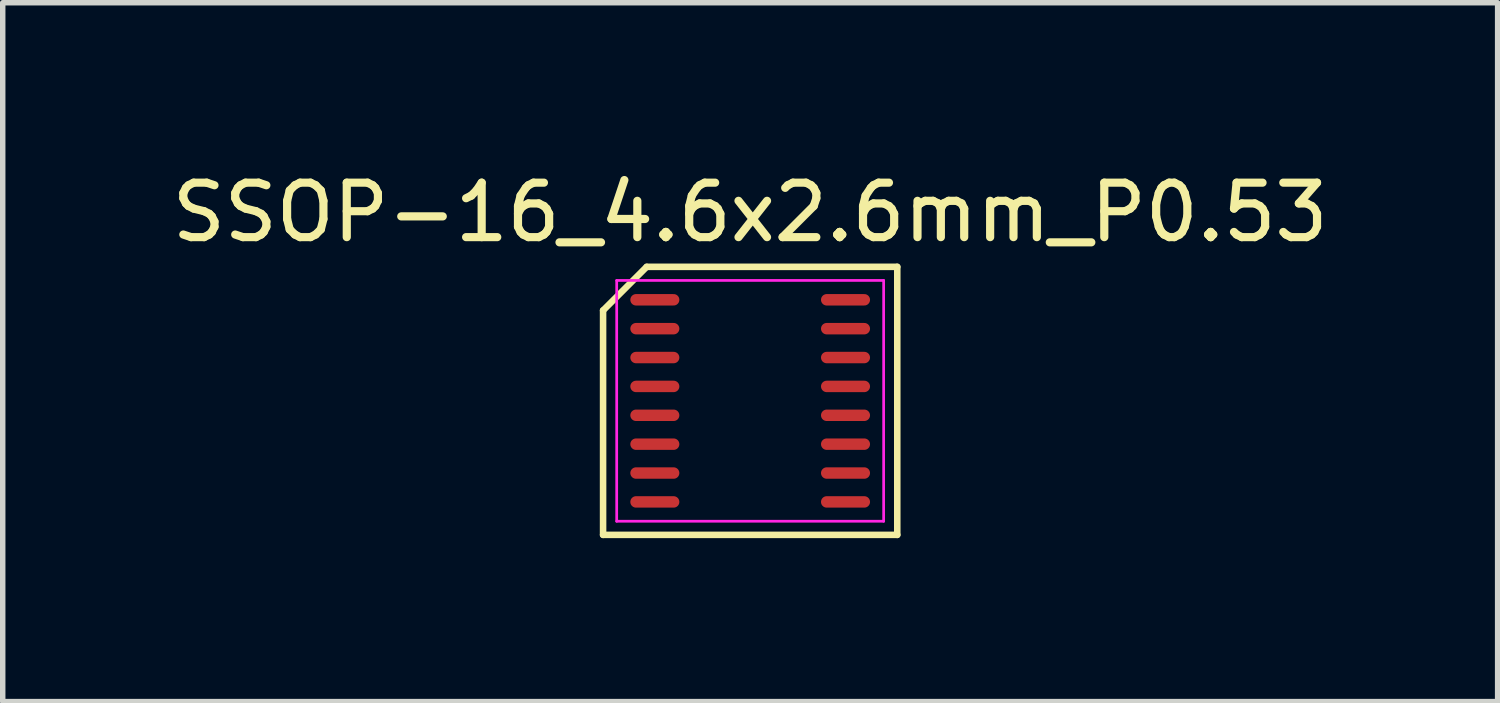
<source format=kicad_pcb>
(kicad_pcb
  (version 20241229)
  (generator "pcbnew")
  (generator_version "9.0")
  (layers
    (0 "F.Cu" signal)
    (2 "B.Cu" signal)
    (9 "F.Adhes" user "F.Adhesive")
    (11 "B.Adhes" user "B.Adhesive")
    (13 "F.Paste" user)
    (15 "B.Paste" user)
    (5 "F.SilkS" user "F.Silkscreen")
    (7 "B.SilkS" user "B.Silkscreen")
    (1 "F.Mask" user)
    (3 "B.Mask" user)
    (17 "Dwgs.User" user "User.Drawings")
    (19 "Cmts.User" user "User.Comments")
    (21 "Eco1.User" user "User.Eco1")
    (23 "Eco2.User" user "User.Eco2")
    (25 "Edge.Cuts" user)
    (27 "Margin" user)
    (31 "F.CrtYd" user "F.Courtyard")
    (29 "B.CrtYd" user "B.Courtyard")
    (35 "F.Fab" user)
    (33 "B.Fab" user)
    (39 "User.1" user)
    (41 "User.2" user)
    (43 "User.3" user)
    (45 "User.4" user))
  (footprint "SSOP-16_4.6x2.6mm_P0.53"
    (layer "F.Cu")
    (at 10.72 3.933)
    (property "Reference" "SSOP-16_4.6x2.6mm_P0.53" (at 0 -3.085 0) (layer "F.SilkS") (effects (font (size 1 1) (thickness 0.15))))
    (attr through_hole)
    (fp_line (start -2.7 -1.285) (end -1.9 -2.085) (stroke (width 0.12) (type solid)) (layer "F.SilkS"))
    (fp_line (start -2.7 2.835) (end -2.7 -1.285) (stroke (width 0.12) (type solid)) (layer "F.SilkS"))
    (fp_line (start -1.9 -2.085) (end 2.7 -2.085) (stroke (width 0.12) (type solid)) (layer "F.SilkS"))
    (fp_line (start 2.7 -2.085) (end 2.7 2.835) (stroke (width 0.12) (type solid)) (layer "F.SilkS"))
    (fp_line (start 2.7 2.835) (end -2.7 2.835) (stroke (width 0.12) (type solid)) (layer "F.SilkS"))
    (fp_line (start -2.45 -1.835) (end 2.45 -1.835) (stroke (width 0.05) (type solid)) (layer "F.CrtYd"))
    (fp_line (start -2.45 2.585) (end -2.45 -1.835) (stroke (width 0.05) (type solid)) (layer "F.CrtYd"))
    (fp_line (start 2.45 -1.835) (end 2.45 2.585) (stroke (width 0.05) (type solid)) (layer "F.CrtYd"))
    (fp_line (start 2.45 2.585) (end -2.45 2.585) (stroke (width 0.05) (type solid)) (layer "F.CrtYd"))
    (pad "1" smd oval (at -1.75 -1.48 270) (size 0.21 0.9) (layers "F.Cu" "F.Mask" "F.Paste"))
    (pad "2" smd oval (at -1.75 -0.95 270) (size 0.21 0.9) (layers "F.Cu" "F.Mask" "F.Paste"))
    (pad "3" smd oval (at -1.75 -0.42 270) (size 0.21 0.9) (layers "F.Cu" "F.Mask" "F.Paste"))
    (pad "4" smd oval (at -1.75 0.11 270) (size 0.21 0.9) (layers "F.Cu" "F.Mask" "F.Paste"))
    (pad "5" smd oval (at -1.75 0.64 270) (size 0.21 0.9) (layers "F.Cu" "F.Mask" "F.Paste"))
    (pad "6" smd oval (at -1.75 1.17 270) (size 0.21 0.9) (layers "F.Cu" "F.Mask" "F.Paste"))
    (pad "7" smd oval (at -1.75 1.7 270) (size 0.21 0.9) (layers "F.Cu" "F.Mask" "F.Paste"))
    (pad "8" smd oval (at -1.75 2.23 270) (size 0.21 0.9) (layers "F.Cu" "F.Mask" "F.Paste"))
    (pad "9" smd oval (at 1.75 2.23 270) (size 0.21 0.9) (layers "F.Cu" "F.Mask" "F.Paste"))
    (pad "10" smd oval (at 1.75 1.7 270) (size 0.21 0.9) (layers "F.Cu" "F.Mask" "F.Paste"))
    (pad "11" smd oval (at 1.75 1.17 270) (size 0.21 0.9) (layers "F.Cu" "F.Mask" "F.Paste"))
    (pad "12" smd oval (at 1.75 0.64 270) (size 0.21 0.9) (layers "F.Cu" "F.Mask" "F.Paste"))
    (pad "13" smd oval (at 1.75 0.11 270) (size 0.21 0.9) (layers "F.Cu" "F.Mask" "F.Paste"))
    (pad "14" smd oval (at 1.75 -0.42 270) (size 0.21 0.9) (layers "F.Cu" "F.Mask" "F.Paste"))
    (pad "15" smd oval (at 1.75 -0.95 270) (size 0.21 0.9) (layers "F.Cu" "F.Mask" "F.Paste"))
    (pad "16" smd oval (at 1.75 -1.48 270) (size 0.21 0.9) (layers "F.Cu" "F.Mask" "F.Paste")))
  (gr_rect
    (start -3 -3)
    (end 24.44 9.828)
    (stroke (width 0.1) (type default))
    (fill no)
    (layer "Edge.Cuts")))
</source>
